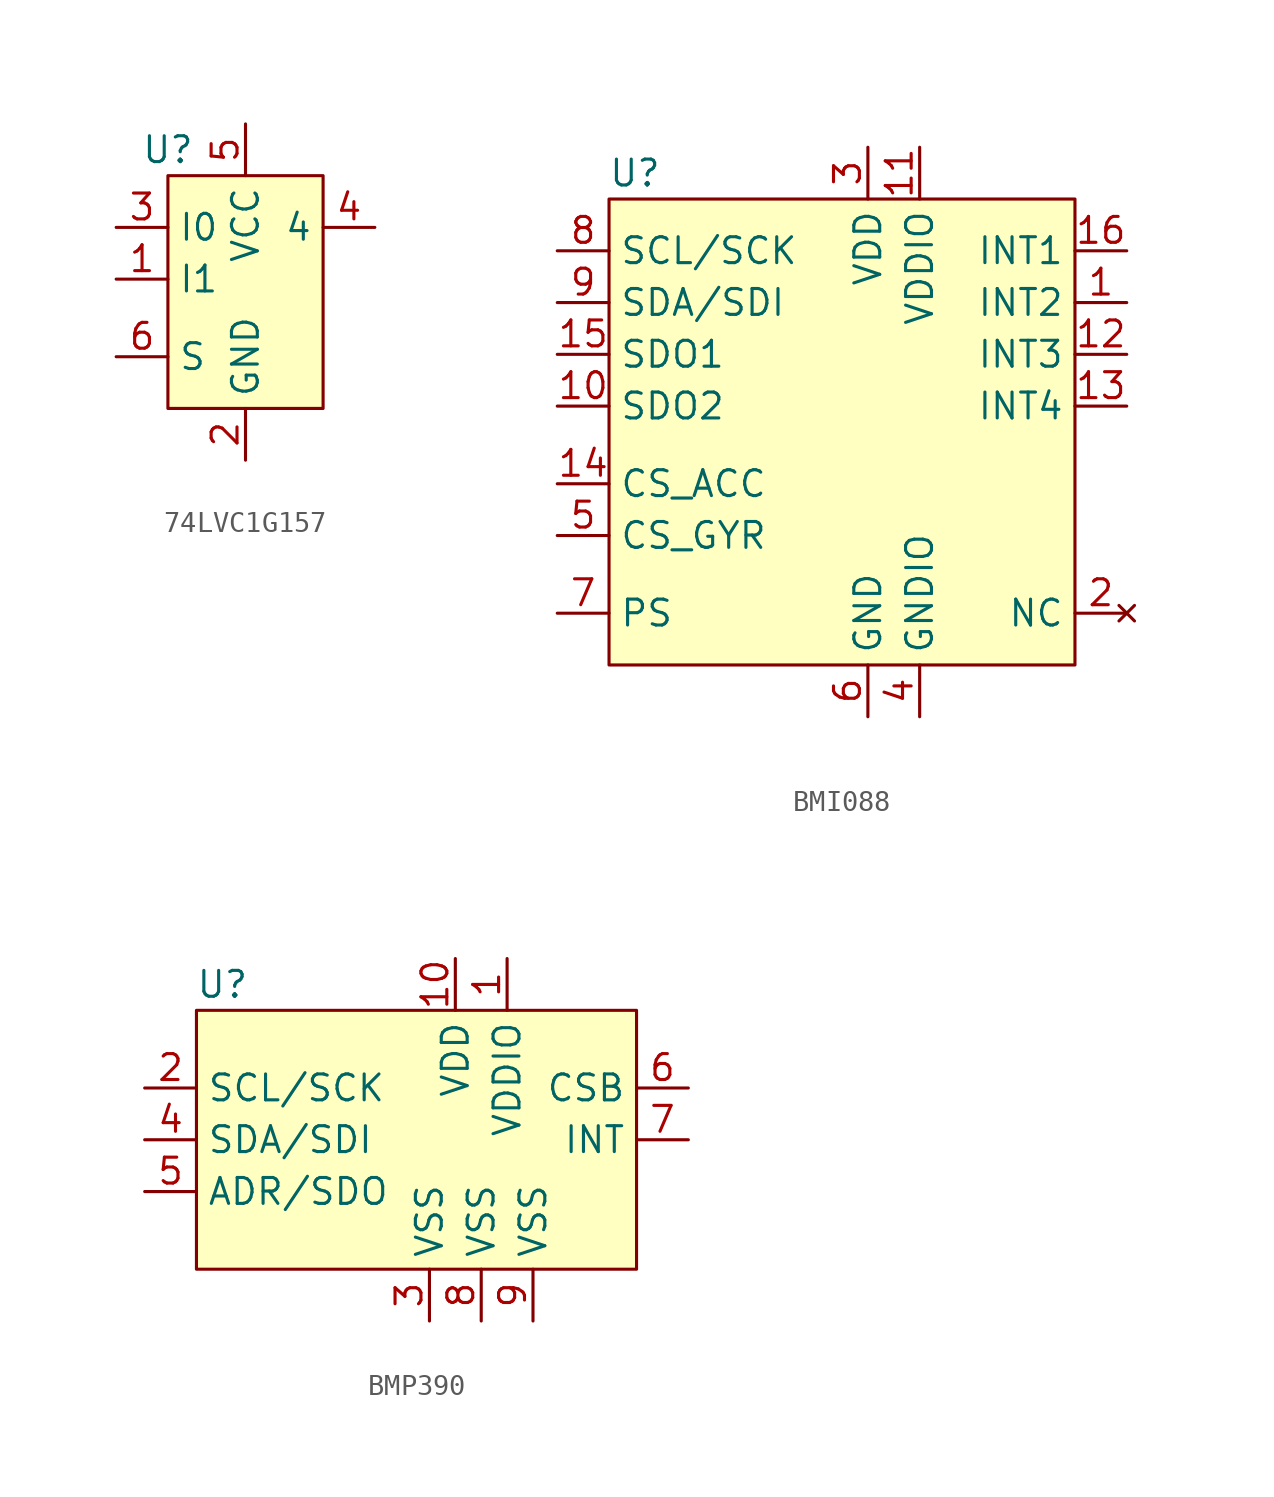
<source format=kicad_sym>
(kicad_symbol_lib
  (version 20220914)
  (generator kicad_symbol_editor)
  (symbol "74LVC1G157"
    (property "Reference" "U"
      (at -3.81 3.81 0)
      (effects (font (size 1.27 1.27))))
    (property "Value" ""
      (at 0 0 0)
      (effects (font (size 1.27 1.27))))
    (symbol "74LVC1G157_1_1"
      (rectangle (start -3.81 2.54) (end 3.81 -8.89) (stroke (width 0) (type default)) (fill (type background)))
      (pin input line (at -6.35 -2.54 0) (length 2.54) (name "I1" (effects (font (size 1.27 1.27)))) (number "1" (effects (font (size 1.27 1.27)))))
      (pin power_in line (at 0 -11.43 90) (length 2.54) (name "GND" (effects (font (size 1.27 1.27)))) (number "2" (effects (font (size 1.27 1.27)))))
      (pin input line (at -6.35 0 0) (length 2.54) (name "I0" (effects (font (size 1.27 1.27)))) (number "3" (effects (font (size 1.27 1.27)))))
      (pin output line (at 6.35 0 180) (length 2.54) (name "4" (effects (font (size 1.27 1.27)))) (number "4" (effects (font (size 1.27 1.27)))))
      (pin power_in line (at 0 5.08 270) (length 2.54) (name "VCC" (effects (font (size 1.27 1.27)))) (number "5" (effects (font (size 1.27 1.27)))))
      (pin input line (at -6.35 -6.35 0) (length 2.54) (name "S" (effects (font (size 1.27 1.27)))) (number "6" (effects (font (size 1.27 1.27)))))))
  (symbol "BMI088"
    (property "Reference" "U"
      (at -12.7 10.16 0)
      (effects (font (size 1.27 1.27))))
    (property "Value" ""
      (at 0 0 0)
      (effects (font (size 1.27 1.27))))
    (symbol "BMI088_1_1"
      (rectangle (start -13.97 8.89) (end 8.89 -13.97) (stroke (width 0) (type default)) (fill (type background)))
      (pin output line (at 11.43 3.81 180) (length 2.54) (name "INT2" (effects (font (size 1.27 1.27)))) (number "1" (effects (font (size 1.27 1.27)))))
      (pin input line (at -16.51 -1.27 0) (length 2.54) (name "SDO2" (effects (font (size 1.27 1.27)))) (number "10" (effects (font (size 1.27 1.27)))))
      (pin power_in line (at 1.27 11.43 270) (length 2.54) (name "VDDIO" (effects (font (size 1.27 1.27)))) (number "11" (effects (font (size 1.27 1.27)))))
      (pin output line (at 11.43 1.27 180) (length 2.54) (name "INT3" (effects (font (size 1.27 1.27)))) (number "12" (effects (font (size 1.27 1.27)))))
      (pin output line (at 11.43 -1.27 180) (length 2.54) (name "INT4" (effects (font (size 1.27 1.27)))) (number "13" (effects (font (size 1.27 1.27)))))
      (pin input line (at -16.51 -5.08 0) (length 2.54) (name "CS_ACC" (effects (font (size 1.27 1.27)))) (number "14" (effects (font (size 1.27 1.27)))))
      (pin input line (at -16.51 1.27 0) (length 2.54) (name "SDO1" (effects (font (size 1.27 1.27)))) (number "15" (effects (font (size 1.27 1.27)))))
      (pin output line (at 11.43 6.35 180) (length 2.54) (name "INT1" (effects (font (size 1.27 1.27)))) (number "16" (effects (font (size 1.27 1.27)))))
      (pin no_connect line (at 11.43 -11.43 180) (length 2.54) (name "NC" (effects (font (size 1.27 1.27)))) (number "2" (effects (font (size 1.27 1.27)))))
      (pin power_in line (at -1.27 11.43 270) (length 2.54) (name "VDD" (effects (font (size 1.27 1.27)))) (number "3" (effects (font (size 1.27 1.27)))))
      (pin power_in line (at 1.27 -16.51 90) (length 2.54) (name "GNDIO" (effects (font (size 1.27 1.27)))) (number "4" (effects (font (size 1.27 1.27)))))
      (pin input line (at -16.51 -7.62 0) (length 2.54) (name "CS_GYR" (effects (font (size 1.27 1.27)))) (number "5" (effects (font (size 1.27 1.27)))))
      (pin power_in line (at -1.27 -16.51 90) (length 2.54) (name "GND" (effects (font (size 1.27 1.27)))) (number "6" (effects (font (size 1.27 1.27)))))
      (pin input line (at -16.51 -11.43 0) (length 2.54) (name "PS" (effects (font (size 1.27 1.27)))) (number "7" (effects (font (size 1.27 1.27)))))
      (pin input line (at -16.51 6.35 0) (length 2.54) (name "SCL/SCK" (effects (font (size 1.27 1.27)))) (number "8" (effects (font (size 1.27 1.27)))))
      (pin bidirectional line (at -16.51 3.81 0) (length 2.54) (name "SDA/SDI" (effects (font (size 1.27 1.27)))) (number "9" (effects (font (size 1.27 1.27)))))))
  (symbol "BMP390"
    (property "Reference" "U"
      (at -12.7 5.08 0)
      (effects (font (size 1.27 1.27))))
    (property "Value" ""
      (at 0 0 0)
      (effects (font (size 1.27 1.27))))
    (symbol "BMP390_1_1"
      (rectangle (start -13.97 3.81) (end 7.62 -8.89) (stroke (width 0) (type default)) (fill (type background)))
      (pin power_in line (at 1.27 6.35 270) (length 2.54) (name "VDDIO" (effects (font (size 1.27 1.27)))) (number "1" (effects (font (size 1.27 1.27)))))
      (pin power_in line (at -1.27 6.35 270) (length 2.54) (name "VDD" (effects (font (size 1.27 1.27)))) (number "10" (effects (font (size 1.27 1.27)))))
      (pin input line (at -16.51 0 0) (length 2.54) (name "SCL/SCK" (effects (font (size 1.27 1.27)))) (number "2" (effects (font (size 1.27 1.27)))))
      (pin power_in line (at -2.54 -11.43 90) (length 2.54) (name "VSS" (effects (font (size 1.27 1.27)))) (number "3" (effects (font (size 1.27 1.27)))))
      (pin bidirectional line (at -16.51 -2.54 0) (length 2.54) (name "SDA/SDI" (effects (font (size 1.27 1.27)))) (number "4" (effects (font (size 1.27 1.27)))))
      (pin input line (at -16.51 -5.08 0) (length 2.54) (name "ADR/SDO" (effects (font (size 1.27 1.27)))) (number "5" (effects (font (size 1.27 1.27)))))
      (pin input line (at 10.16 0 180) (length 2.54) (name "CSB" (effects (font (size 1.27 1.27)))) (number "6" (effects (font (size 1.27 1.27)))))
      (pin output line (at 10.16 -2.54 180) (length 2.54) (name "INT" (effects (font (size 1.27 1.27)))) (number "7" (effects (font (size 1.27 1.27)))))
      (pin power_in line (at 0 -11.43 90) (length 2.54) (name "VSS" (effects (font (size 1.27 1.27)))) (number "8" (effects (font (size 1.27 1.27)))))
      (pin power_in line (at 2.54 -11.43 90) (length 2.54) (name "VSS" (effects (font (size 1.27 1.27)))) (number "9" (effects (font (size 1.27 1.27))))))))
</source>
